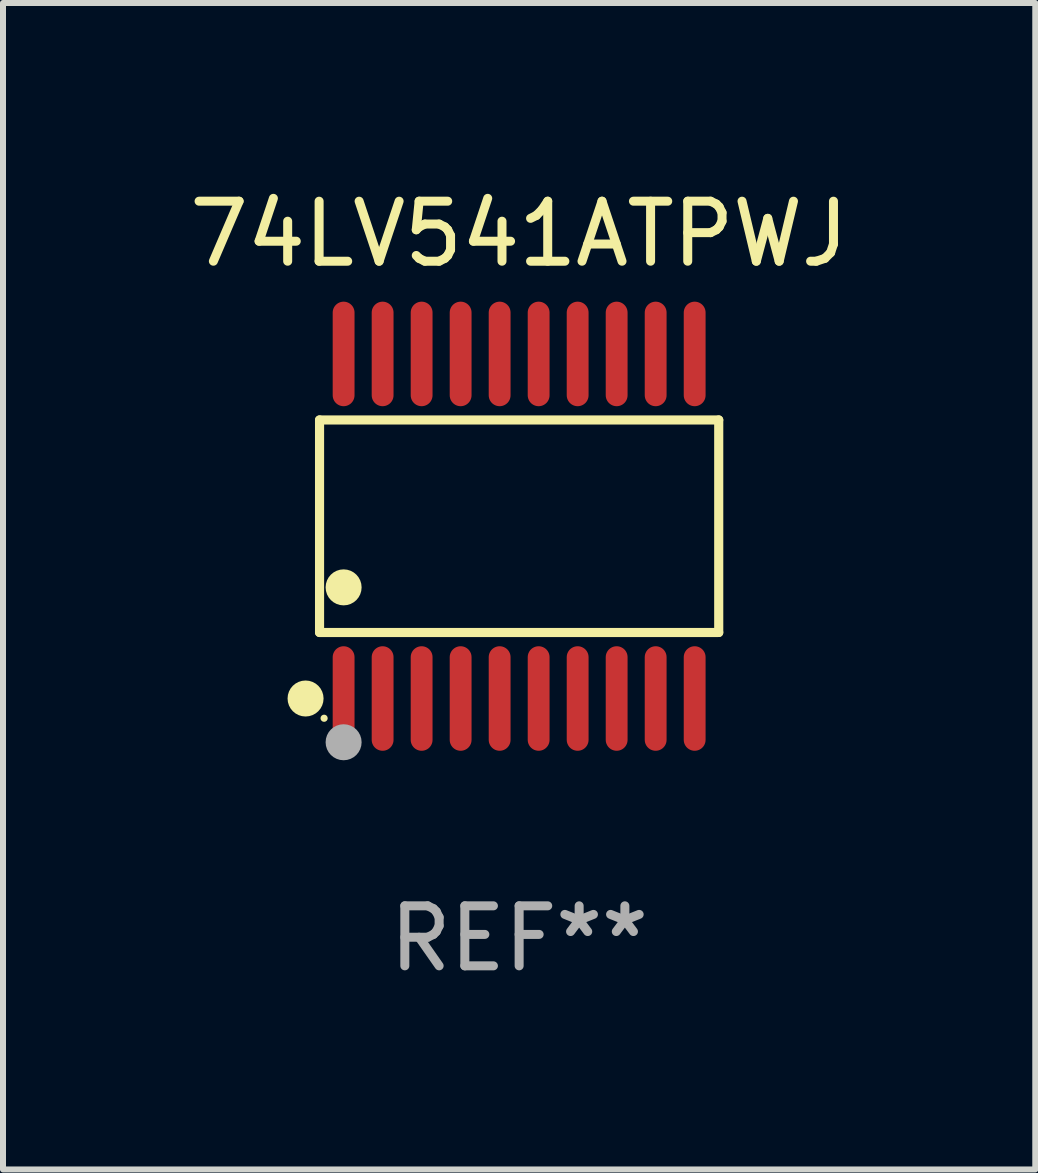
<source format=kicad_pcb>
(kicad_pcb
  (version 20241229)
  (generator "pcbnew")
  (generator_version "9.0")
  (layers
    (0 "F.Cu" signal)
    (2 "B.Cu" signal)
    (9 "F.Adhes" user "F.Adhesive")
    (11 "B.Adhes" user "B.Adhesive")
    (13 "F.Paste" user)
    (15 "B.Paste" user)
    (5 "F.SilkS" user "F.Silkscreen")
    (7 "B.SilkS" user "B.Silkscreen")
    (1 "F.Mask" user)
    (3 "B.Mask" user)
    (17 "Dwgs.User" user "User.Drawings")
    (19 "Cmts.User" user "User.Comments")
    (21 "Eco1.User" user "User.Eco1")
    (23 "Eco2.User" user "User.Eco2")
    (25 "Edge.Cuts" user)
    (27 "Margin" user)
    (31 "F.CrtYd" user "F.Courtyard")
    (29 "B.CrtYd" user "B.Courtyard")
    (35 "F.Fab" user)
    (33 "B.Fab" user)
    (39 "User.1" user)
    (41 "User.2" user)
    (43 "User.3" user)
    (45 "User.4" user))
  (footprint "74LV541ATPWJ"
    (layer "F.Cu")
    (at 5.601 5.719)
    (property "Reference" "74LV541ATPWJ" (at 0 -4.871 0) (layer "F.SilkS") (effects (font (size 1 1) (thickness 0.15))))
    (attr through_hole)
    (fp_line (start -3.326 -1.771) (end 3.326 -1.771) (stroke (width 0.152) (type solid)) (layer "F.SilkS"))
    (fp_line (start -3.326 1.771) (end -3.326 -1.771) (stroke (width 0.152) (type solid)) (layer "F.SilkS"))
    (fp_line (start 3.326 -1.771) (end 3.326 1.771) (stroke (width 0.152) (type solid)) (layer "F.SilkS"))
    (fp_line (start 3.326 1.771) (end -3.326 1.771) (stroke (width 0.152) (type solid)) (layer "F.SilkS"))
    (fp_circle (center -3.559 2.871) (end -3.409 2.871) (stroke (width 0.3) (type solid)) (fill no) (layer "F.SilkS"))
    (fp_circle (center -3.25 3.2) (end -3.22 3.2) (stroke (width 0.06) (type solid)) (fill no) (layer "F.SilkS"))
    (fp_circle (center -2.925 1.019) (end -2.775 1.019) (stroke (width 0.3) (type solid)) (fill no) (layer "F.SilkS"))
    (fp_circle (center -2.925 3.6) (end -2.775 3.6) (stroke (width 0.3) (type solid)) (fill no) (layer "F.Fab"))
    (fp_text user "REF**" (at 0 6.871 0) (layer "F.Fab") (effects (font (size 1 1) (thickness 0.15))))
    (pad "1" smd oval (at -2.925 2.871) (size 0.364 1.742) (layers "F.Cu" "F.Mask" "F.Paste"))
    (pad "2" smd oval (at -2.275 2.871) (size 0.364 1.742) (layers "F.Cu" "F.Mask" "F.Paste"))
    (pad "3" smd oval (at -1.625 2.871) (size 0.364 1.742) (layers "F.Cu" "F.Mask" "F.Paste"))
    (pad "4" smd oval (at -0.975 2.871) (size 0.364 1.742) (layers "F.Cu" "F.Mask" "F.Paste"))
    (pad "5" smd oval (at -0.325 2.871) (size 0.364 1.742) (layers "F.Cu" "F.Mask" "F.Paste"))
    (pad "6" smd oval (at 0.325 2.871) (size 0.364 1.742) (layers "F.Cu" "F.Mask" "F.Paste"))
    (pad "7" smd oval (at 0.975 2.871) (size 0.364 1.742) (layers "F.Cu" "F.Mask" "F.Paste"))
    (pad "8" smd oval (at 1.625 2.871) (size 0.364 1.742) (layers "F.Cu" "F.Mask" "F.Paste"))
    (pad "9" smd oval (at 2.275 2.871) (size 0.364 1.742) (layers "F.Cu" "F.Mask" "F.Paste"))
    (pad "10" smd oval (at 2.925 2.871) (size 0.364 1.742) (layers "F.Cu" "F.Mask" "F.Paste"))
    (pad "11" smd oval (at 2.925 -2.871) (size 0.364 1.742) (layers "F.Cu" "F.Mask" "F.Paste"))
    (pad "12" smd oval (at 2.275 -2.871) (size 0.364 1.742) (layers "F.Cu" "F.Mask" "F.Paste"))
    (pad "13" smd oval (at 1.625 -2.871) (size 0.364 1.742) (layers "F.Cu" "F.Mask" "F.Paste"))
    (pad "14" smd oval (at 0.975 -2.871) (size 0.364 1.742) (layers "F.Cu" "F.Mask" "F.Paste"))
    (pad "15" smd oval (at 0.325 -2.871) (size 0.364 1.742) (layers "F.Cu" "F.Mask" "F.Paste"))
    (pad "16" smd oval (at -0.325 -2.871) (size 0.364 1.742) (layers "F.Cu" "F.Mask" "F.Paste"))
    (pad "17" smd oval (at -0.975 -2.871) (size 0.364 1.742) (layers "F.Cu" "F.Mask" "F.Paste"))
    (pad "18" smd oval (at -1.625 -2.871) (size 0.364 1.742) (layers "F.Cu" "F.Mask" "F.Paste"))
    (pad "19" smd oval (at -2.275 -2.871) (size 0.364 1.742) (layers "F.Cu" "F.Mask" "F.Paste"))
    (pad "20" smd oval (at -2.925 -2.871) (size 0.364 1.742) (layers "F.Cu" "F.Mask" "F.Paste")))
  (gr_rect
    (start -3 -3)
    (end 14.202 16.438)
    (stroke (width 0.1) (type default))
    (fill no)
    (layer "Edge.Cuts")))
</source>
